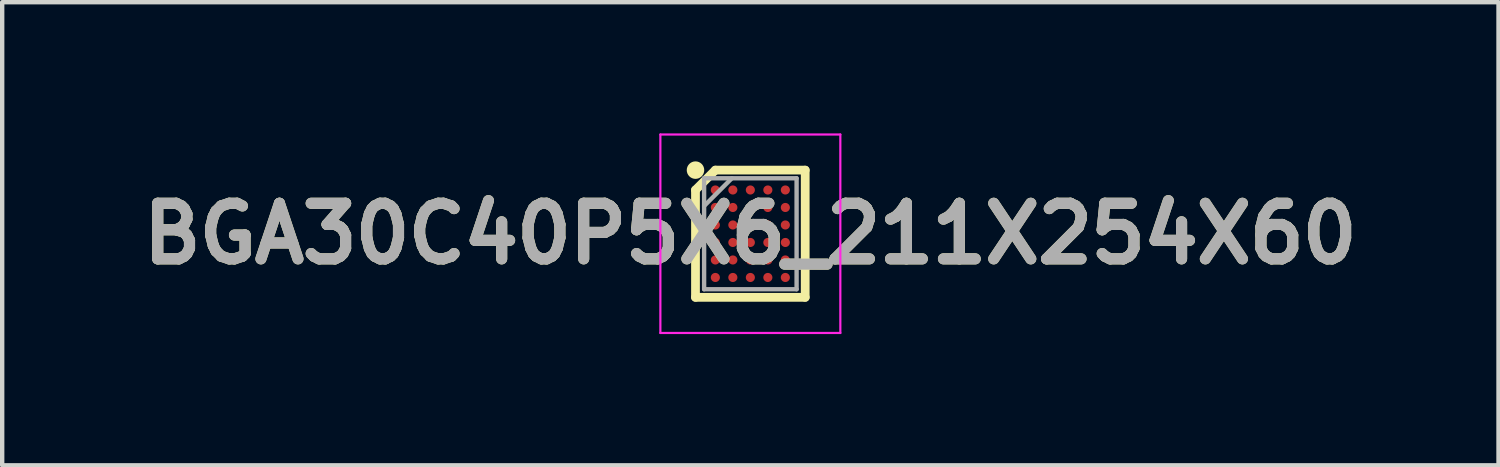
<source format=kicad_pcb>
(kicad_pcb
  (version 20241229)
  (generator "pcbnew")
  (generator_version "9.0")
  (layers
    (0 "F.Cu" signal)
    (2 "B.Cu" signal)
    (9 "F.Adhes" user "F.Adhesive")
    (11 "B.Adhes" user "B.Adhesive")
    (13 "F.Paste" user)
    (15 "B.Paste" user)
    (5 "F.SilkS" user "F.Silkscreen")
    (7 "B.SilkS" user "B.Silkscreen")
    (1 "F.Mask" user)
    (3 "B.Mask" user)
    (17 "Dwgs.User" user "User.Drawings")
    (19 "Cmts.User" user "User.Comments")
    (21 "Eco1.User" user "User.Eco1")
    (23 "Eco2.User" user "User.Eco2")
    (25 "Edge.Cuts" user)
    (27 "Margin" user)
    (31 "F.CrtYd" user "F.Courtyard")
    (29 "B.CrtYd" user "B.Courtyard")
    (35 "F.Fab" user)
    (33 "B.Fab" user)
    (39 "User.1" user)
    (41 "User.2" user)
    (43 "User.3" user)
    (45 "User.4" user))
  (footprint "BGA30C40P5X6_211X254X60"
    (layer "F.Cu")
    (at 14.103 2.293)
    (property "Reference" "BGA30C40P5X6_211X254X60" (at 0 0 0) (layer "F.SilkS") (effects (font (size 1.27 1.27) (thickness 0.254))))
    (attr smd)
    (fp_line (start -1.254 -1) (end -0.8 -1.454) (stroke (width 0.2) (type solid)) (layer "F.SilkS"))
    (fp_line (start -1.254 1.454) (end -1.254 -1) (stroke (width 0.2) (type solid)) (layer "F.SilkS"))
    (fp_line (start -0.8 -1.454) (end 1.254 -1.454) (stroke (width 0.2) (type solid)) (layer "F.SilkS"))
    (fp_line (start 1.254 -1.454) (end 1.254 1.454) (stroke (width 0.2) (type solid)) (layer "F.SilkS"))
    (fp_line (start 1.254 1.454) (end -1.254 1.454) (stroke (width 0.2) (type solid)) (layer "F.SilkS"))
    (fp_circle (center -1.254 -1.454) (end -1.254 -1.354) (stroke (width 0.2) (type solid)) (fill no) (layer "F.SilkS"))
    (fp_line (start -2.057 -2.268) (end 2.057 -2.268) (stroke (width 0.05) (type solid)) (layer "F.CrtYd"))
    (fp_line (start -2.057 2.269) (end -2.057 -2.268) (stroke (width 0.05) (type solid)) (layer "F.CrtYd"))
    (fp_line (start 2.057 -2.268) (end 2.057 2.269) (stroke (width 0.05) (type solid)) (layer "F.CrtYd"))
    (fp_line (start 2.057 2.269) (end -2.057 2.269) (stroke (width 0.05) (type solid)) (layer "F.CrtYd"))
    (fp_line (start -1.057 -1.268) (end 1.057 -1.268) (stroke (width 0.1) (type solid)) (layer "F.Fab"))
    (fp_line (start -1.057 -0.634) (end -0.423 -1.268) (stroke (width 0.1) (type solid)) (layer "F.Fab"))
    (fp_line (start -1.057 1.269) (end -1.057 -1.268) (stroke (width 0.1) (type solid)) (layer "F.Fab"))
    (fp_line (start 1.057 -1.268) (end 1.057 1.269) (stroke (width 0.1) (type solid)) (layer "F.Fab"))
    (fp_line (start 1.057 1.269) (end -1.057 1.269) (stroke (width 0.1) (type solid)) (layer "F.Fab"))
    (fp_text user "${REFERENCE}" (at 0 0 0) (layer "F.Fab") (effects (font (size 1.27 1.27) (thickness 0.254))))
    (pad "A1" smd circle (at -0.8 -1 90) (size 0.208 0.208) (layers "F.Cu" "F.Mask" "F.Paste"))
    (pad "A2" smd circle (at -0.4 -1 90) (size 0.208 0.208) (layers "F.Cu" "F.Mask" "F.Paste"))
    (pad "A3" smd circle (at 0 -1 90) (size 0.208 0.208) (layers "F.Cu" "F.Mask" "F.Paste"))
    (pad "A4" smd circle (at 0.4 -1 90) (size 0.208 0.208) (layers "F.Cu" "F.Mask" "F.Paste"))
    (pad "A5" smd circle (at 0.8 -1 90) (size 0.208 0.208) (layers "F.Cu" "F.Mask" "F.Paste"))
    (pad "B1" smd circle (at -0.8 -0.6 90) (size 0.208 0.208) (layers "F.Cu" "F.Mask" "F.Paste"))
    (pad "B2" smd circle (at -0.4 -0.6 90) (size 0.208 0.208) (layers "F.Cu" "F.Mask" "F.Paste"))
    (pad "B3" smd circle (at 0 -0.6 90) (size 0.208 0.208) (layers "F.Cu" "F.Mask" "F.Paste"))
    (pad "B4" smd circle (at 0.4 -0.6 90) (size 0.208 0.208) (layers "F.Cu" "F.Mask" "F.Paste"))
    (pad "B5" smd circle (at 0.8 -0.6 90) (size 0.208 0.208) (layers "F.Cu" "F.Mask" "F.Paste"))
    (pad "C1" smd circle (at -0.8 -0.2 90) (size 0.208 0.208) (layers "F.Cu" "F.Mask" "F.Paste"))
    (pad "C2" smd circle (at -0.4 -0.2 90) (size 0.208 0.208) (layers "F.Cu" "F.Mask" "F.Paste"))
    (pad "C3" smd circle (at 0 -0.2 90) (size 0.208 0.208) (layers "F.Cu" "F.Mask" "F.Paste"))
    (pad "C4" smd circle (at 0.4 -0.2 90) (size 0.208 0.208) (layers "F.Cu" "F.Mask" "F.Paste"))
    (pad "C5" smd circle (at 0.8 -0.2 90) (size 0.208 0.208) (layers "F.Cu" "F.Mask" "F.Paste"))
    (pad "D1" smd circle (at -0.8 0.2 90) (size 0.208 0.208) (layers "F.Cu" "F.Mask" "F.Paste"))
    (pad "D2" smd circle (at -0.4 0.2 90) (size 0.208 0.208) (layers "F.Cu" "F.Mask" "F.Paste"))
    (pad "D3" smd circle (at 0 0.2 90) (size 0.208 0.208) (layers "F.Cu" "F.Mask" "F.Paste"))
    (pad "D4" smd circle (at 0.4 0.2 90) (size 0.208 0.208) (layers "F.Cu" "F.Mask" "F.Paste"))
    (pad "D5" smd circle (at 0.8 0.2 90) (size 0.208 0.208) (layers "F.Cu" "F.Mask" "F.Paste"))
    (pad "E1" smd circle (at -0.8 0.6 90) (size 0.208 0.208) (layers "F.Cu" "F.Mask" "F.Paste"))
    (pad "E2" smd circle (at -0.4 0.6 90) (size 0.208 0.208) (layers "F.Cu" "F.Mask" "F.Paste"))
    (pad "E3" smd circle (at 0 0.6 90) (size 0.208 0.208) (layers "F.Cu" "F.Mask" "F.Paste"))
    (pad "E4" smd circle (at 0.4 0.6 90) (size 0.208 0.208) (layers "F.Cu" "F.Mask" "F.Paste"))
    (pad "E5" smd circle (at 0.8 0.6 90) (size 0.208 0.208) (layers "F.Cu" "F.Mask" "F.Paste"))
    (pad "F1" smd circle (at -0.8 1 90) (size 0.208 0.208) (layers "F.Cu" "F.Mask" "F.Paste"))
    (pad "F2" smd circle (at -0.4 1 90) (size 0.208 0.208) (layers "F.Cu" "F.Mask" "F.Paste"))
    (pad "F3" smd circle (at 0 1 90) (size 0.208 0.208) (layers "F.Cu" "F.Mask" "F.Paste"))
    (pad "F4" smd circle (at 0.4 1 90) (size 0.208 0.208) (layers "F.Cu" "F.Mask" "F.Paste"))
    (pad "F5" smd circle (at 0.8 1 90) (size 0.208 0.208) (layers "F.Cu" "F.Mask" "F.Paste")))
  (gr_rect
    (start -3 -3)
    (end 31.206 7.587)
    (stroke (width 0.1) (type default))
    (fill no)
    (layer "Edge.Cuts")))
</source>
